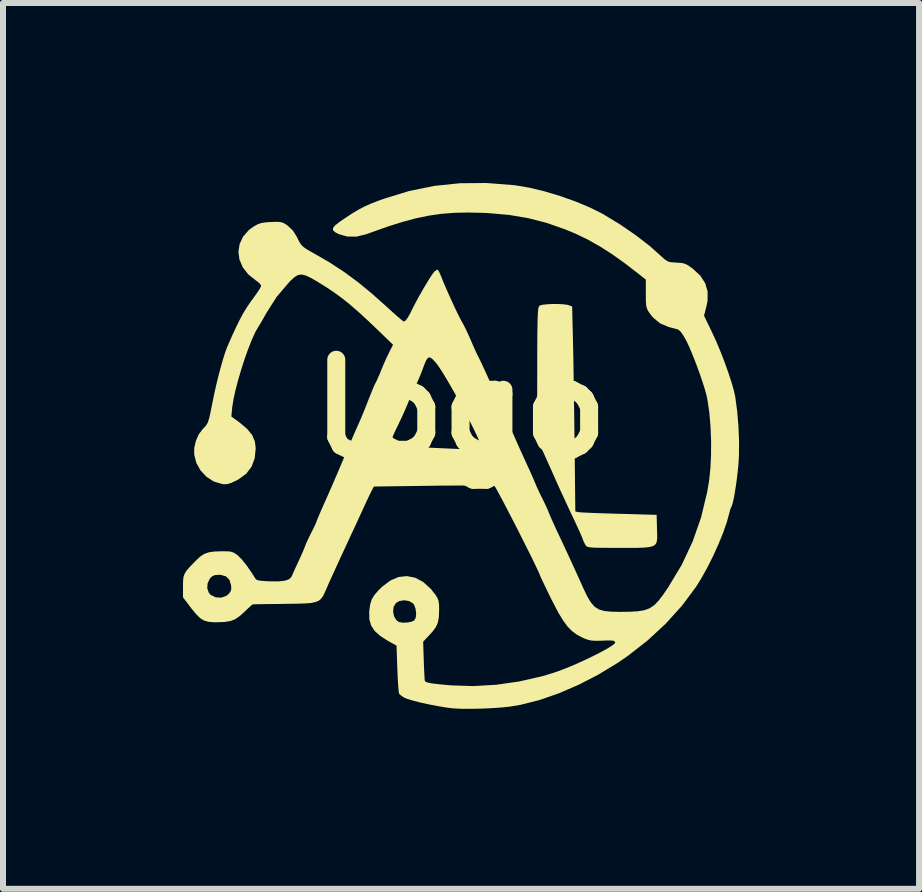
<source format=kicad_pcb>
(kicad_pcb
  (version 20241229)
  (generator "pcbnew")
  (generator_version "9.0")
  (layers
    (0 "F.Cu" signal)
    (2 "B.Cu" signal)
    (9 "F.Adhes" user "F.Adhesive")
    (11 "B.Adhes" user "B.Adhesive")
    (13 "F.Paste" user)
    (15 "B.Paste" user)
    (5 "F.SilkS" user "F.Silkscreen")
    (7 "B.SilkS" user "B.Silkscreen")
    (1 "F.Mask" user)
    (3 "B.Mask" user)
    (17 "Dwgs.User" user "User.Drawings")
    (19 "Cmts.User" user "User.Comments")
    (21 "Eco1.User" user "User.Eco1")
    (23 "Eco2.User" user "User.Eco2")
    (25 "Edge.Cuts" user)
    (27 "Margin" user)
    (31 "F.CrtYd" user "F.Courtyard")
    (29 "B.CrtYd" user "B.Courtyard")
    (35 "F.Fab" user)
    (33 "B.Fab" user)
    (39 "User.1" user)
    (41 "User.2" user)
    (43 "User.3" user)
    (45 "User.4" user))
  (footprint "logo"
    (layer "F.Cu")
    (at 4.626 3.768)
    (property "Reference" "logo" (at 0 0 0) (layer "F.SilkS") (effects (font (size 1.5 1.5) (thickness 0.3))))
    (attr board_only exclude_from_pos_files exclude_from_bom)
    (fp_poly (pts (xy 1.712 -1.747) (xy 1.782 -1.737) (xy 1.804 -1.731) (xy 1.86 -1.71) (xy 1.873 -1.164) (xy 1.876 -1.028) (xy 1.88 -0.856) (xy 1.883 -0.652) (xy 1.887 -0.426) (xy 1.89 -0.184) (xy 1.894 0.067) (xy 1.897 0.32) (xy 1.9 0.545) (xy 1.913 1.707) (xy 1.962 1.717) (xy 1.996 1.721) (xy 2.069 1.725) (xy 2.175 1.73) (xy 2.306 1.735) (xy 2.458 1.74) (xy 2.622 1.745) (xy 2.639 1.745) (xy 3.268 1.763) (xy 3.274 1.992) (xy 3.277 2.086) (xy 3.277 2.16) (xy 3.269 2.216) (xy 3.248 2.256) (xy 3.209 2.283) (xy 3.148 2.3) (xy 3.061 2.309) (xy 2.941 2.313) (xy 2.784 2.313) (xy 2.651 2.313) (xy 2.482 2.313) (xy 2.352 2.312) (xy 2.256 2.311) (xy 2.188 2.308) (xy 2.142 2.302) (xy 2.114 2.295) (xy 2.096 2.284) (xy 2.085 2.27) (xy 2.08 2.263) (xy 2.048 2.2) (xy 2.032 2.156) (xy 2.016 2.116) (xy 1.985 2.045) (xy 1.942 1.951) (xy 1.892 1.843) (xy 1.87 1.797) (xy 1.803 1.656) (xy 1.729 1.496) (xy 1.656 1.338) (xy 1.595 1.202) (xy 1.537 1.072) (xy 1.476 0.935) (xy 1.418 0.806) (xy 1.371 0.701) (xy 1.37 0.699) (xy 1.276 0.489) (xy 1.278 -0.603) (xy 1.278 -0.854) (xy 1.279 -1.064) (xy 1.28 -1.236) (xy 1.282 -1.375) (xy 1.284 -1.484) (xy 1.287 -1.567) (xy 1.291 -1.628) (xy 1.296 -1.67) (xy 1.302 -1.698) (xy 1.309 -1.714) (xy 1.318 -1.724) (xy 1.318 -1.724) (xy 1.359 -1.737) (xy 1.432 -1.746) (xy 1.524 -1.751) (xy 1.621 -1.751)) (stroke (width 0) (type solid)) (fill yes) (layer "F.SilkS"))
    (fp_poly (pts (xy 0.889 -3.732) (xy 0.921 -3.728) (xy 1.15 -3.689) (xy 1.4 -3.629) (xy 1.659 -3.551) (xy 1.913 -3.461) (xy 2.151 -3.362) (xy 2.359 -3.259) (xy 2.392 -3.24) (xy 2.664 -3.074) (xy 2.92 -2.898) (xy 3.152 -2.719) (xy 3.336 -2.555) (xy 3.399 -2.498) (xy 3.446 -2.465) (xy 3.495 -2.449) (xy 3.562 -2.443) (xy 3.597 -2.441) (xy 3.68 -2.436) (xy 3.74 -2.422) (xy 3.797 -2.393) (xy 3.868 -2.342) (xy 3.994 -2.226) (xy 4.077 -2.099) (xy 4.118 -1.96) (xy 4.117 -1.805) (xy 4.097 -1.708) (xy 4.058 -1.557) (xy 4.192 -1.278) (xy 4.262 -1.127) (xy 4.332 -0.959) (xy 4.4 -0.785) (xy 4.461 -0.613) (xy 4.514 -0.453) (xy 4.554 -0.315) (xy 4.578 -0.207) (xy 4.579 -0.202) (xy 4.611 0.039) (xy 4.632 0.292) (xy 4.642 0.542) (xy 4.64 0.776) (xy 4.631 0.927) (xy 4.616 1.073) (xy 4.598 1.217) (xy 4.578 1.351) (xy 4.558 1.467) (xy 4.539 1.557) (xy 4.521 1.615) (xy 4.514 1.628) (xy 4.498 1.664) (xy 4.482 1.722) (xy 4.48 1.729) (xy 4.44 1.879) (xy 4.379 2.054) (xy 4.301 2.247) (xy 4.211 2.446) (xy 4.113 2.641) (xy 4.012 2.823) (xy 3.924 2.964) (xy 3.691 3.277) (xy 3.419 3.577) (xy 3.114 3.86) (xy 2.781 4.119) (xy 2.622 4.228) (xy 2.3 4.424) (xy 1.969 4.595) (xy 1.637 4.738) (xy 1.311 4.851) (xy 0.997 4.93) (xy 0.82 4.959) (xy 0.68 4.974) (xy 0.516 4.985) (xy 0.34 4.993) (xy 0.167 4.996) (xy 0.008 4.995) (xy -0.122 4.988) (xy -0.146 4.986) (xy -0.259 4.971) (xy -0.39 4.949) (xy -0.528 4.922) (xy -0.662 4.893) (xy -0.782 4.862) (xy -0.877 4.834) (xy -0.928 4.815) (xy -0.984 4.781) (xy -1.021 4.747) (xy -1.025 4.741) (xy -1.031 4.707) (xy -1.037 4.637) (xy -1.044 4.538) (xy -1.05 4.42) (xy -1.054 4.324) (xy -1.067 3.943) (xy -1.202 3.868) (xy -1.336 3.783) (xy -1.431 3.699) (xy -1.491 3.607) (xy -1.52 3.503) (xy -1.522 3.379) (xy -1.124 3.379) (xy -1.107 3.458) (xy -1.065 3.523) (xy -1.026 3.549) (xy -0.966 3.56) (xy -0.89 3.558) (xy -0.816 3.544) (xy -0.77 3.522) (xy -0.747 3.477) (xy -0.74 3.408) (xy -0.749 3.332) (xy -0.772 3.266) (xy -0.79 3.241) (xy -0.854 3.201) (xy -0.937 3.187) (xy -1.019 3.199) (xy -1.078 3.234) (xy -1.116 3.299) (xy -1.124 3.379) (xy -1.522 3.379) (xy -1.522 3.377) (xy -1.52 3.355) (xy -1.506 3.255) (xy -1.481 3.175) (xy -1.439 3.103) (xy -1.373 3.026) (xy -1.308 2.962) (xy -1.172 2.859) (xy -1.034 2.799) (xy -0.894 2.784) (xy -0.756 2.811) (xy -0.624 2.881) (xy -0.498 2.994) (xy -0.417 3.097) (xy -0.384 3.15) (xy -0.366 3.202) (xy -0.358 3.268) (xy -0.357 3.352) (xy -0.362 3.471) (xy -0.379 3.562) (xy -0.414 3.638) (xy -0.473 3.716) (xy -0.515 3.762) (xy -0.623 3.877) (xy -0.613 4.19) (xy -0.609 4.305) (xy -0.604 4.405) (xy -0.6 4.481) (xy -0.596 4.523) (xy -0.595 4.528) (xy -0.584 4.543) (xy -0.554 4.556) (xy -0.503 4.568) (xy -0.423 4.579) (xy -0.309 4.591) (xy -0.159 4.605) (xy 0.21 4.617) (xy 0.594 4.595) (xy 0.983 4.539) (xy 1.364 4.452) (xy 1.573 4.388) (xy 1.689 4.346) (xy 1.819 4.295) (xy 1.955 4.236) (xy 2.091 4.174) (xy 2.222 4.11) (xy 2.341 4.049) (xy 2.443 3.994) (xy 2.52 3.946) (xy 2.567 3.91) (xy 2.578 3.891) (xy 2.57 3.872) (xy 2.548 3.861) (xy 2.503 3.857) (xy 2.428 3.857) (xy 2.365 3.86) (xy 2.261 3.862) (xy 2.187 3.859) (xy 2.127 3.847) (xy 2.064 3.824) (xy 2.029 3.808) (xy 1.939 3.76) (xy 1.859 3.701) (xy 1.785 3.626) (xy 1.712 3.528) (xy 1.635 3.402) (xy 1.55 3.241) (xy 1.507 3.156) (xy 1.449 3.038) (xy 1.399 2.934) (xy 1.36 2.851) (xy 1.334 2.796) (xy 1.325 2.775) (xy 1.315 2.747) (xy 1.287 2.685) (xy 1.244 2.595) (xy 1.189 2.481) (xy 1.124 2.351) (xy 1.052 2.208) (xy 0.977 2.058) (xy 0.9 1.908) (xy 0.825 1.762) (xy 0.754 1.626) (xy 0.691 1.505) (xy 0.637 1.406) (xy 0.597 1.332) (xy 0.572 1.291) (xy 0.566 1.284) (xy 0.536 1.28) (xy 0.466 1.277) (xy 0.361 1.275) (xy 0.225 1.274) (xy 0.063 1.274) (xy -0.12 1.275) (xy -0.319 1.276) (xy -0.459 1.278) (xy -1.445 1.291) (xy -1.492 1.381) (xy -1.528 1.455) (xy -1.57 1.544) (xy -1.593 1.595) (xy -1.618 1.649) (xy -1.658 1.736) (xy -1.711 1.851) (xy -1.773 1.985) (xy -1.841 2.131) (xy -1.899 2.257) (xy -1.971 2.412) (xy -2.042 2.565) (xy -2.106 2.706) (xy -2.162 2.828) (xy -2.205 2.924) (xy -2.226 2.974) (xy -2.261 3.053) (xy -2.291 3.116) (xy -2.325 3.162) (xy -2.366 3.196) (xy -2.422 3.218) (xy -2.498 3.233) (xy -2.6 3.24) (xy -2.734 3.244) (xy -2.906 3.246) (xy -2.935 3.247) (xy -3.083 3.249) (xy -3.215 3.25) (xy -3.325 3.252) (xy -3.407 3.253) (xy -3.453 3.254) (xy -3.462 3.254) (xy -3.484 3.27) (xy -3.528 3.309) (xy -3.586 3.364) (xy -3.59 3.368) (xy -3.68 3.45) (xy -3.758 3.503) (xy -3.836 3.533) (xy -3.928 3.548) (xy -3.964 3.55) (xy -4.095 3.554) (xy -4.195 3.547) (xy -4.274 3.526) (xy -4.342 3.483) (xy -4.411 3.414) (xy -4.492 3.315) (xy -4.516 3.283) (xy -4.626 3.137) (xy -4.626 2.985) (xy -4.222 2.985) (xy -4.196 3.061) (xy -4.163 3.098) (xy -4.08 3.138) (xy -3.988 3.143) (xy -3.904 3.113) (xy -3.87 3.086) (xy -3.833 3.04) (xy -3.821 2.993) (xy -3.825 2.935) (xy -3.853 2.845) (xy -3.908 2.789) (xy -3.995 2.764) (xy -4.032 2.762) (xy -4.103 2.769) (xy -4.15 2.794) (xy -4.176 2.822) (xy -4.215 2.901) (xy -4.222 2.985) (xy -4.626 2.985) (xy -4.626 2.953) (xy -4.625 2.868) (xy -4.619 2.803) (xy -4.601 2.749) (xy -4.569 2.695) (xy -4.515 2.633) (xy -4.436 2.551) (xy -4.41 2.525) (xy -4.34 2.459) (xy -4.274 2.415) (xy -4.202 2.389) (xy -4.111 2.375) (xy -3.989 2.37) (xy -3.96 2.37) (xy -3.873 2.371) (xy -3.814 2.38) (xy -3.768 2.399) (xy -3.719 2.435) (xy -3.713 2.439) (xy -3.645 2.507) (xy -3.564 2.608) (xy -3.477 2.734) (xy -3.422 2.822) (xy -3.404 2.842) (xy -3.372 2.855) (xy -3.316 2.863) (xy -3.229 2.869) (xy -3.175 2.871) (xy -3.037 2.872) (xy -2.937 2.862) (xy -2.869 2.842) (xy -2.826 2.807) (xy -2.807 2.773) (xy -2.788 2.727) (xy -2.755 2.654) (xy -2.714 2.566) (xy -2.698 2.531) (xy -2.657 2.442) (xy -2.622 2.362) (xy -2.598 2.304) (xy -2.594 2.291) (xy -2.576 2.245) (xy -2.543 2.173) (xy -2.502 2.088) (xy -2.49 2.064) (xy -2.45 1.985) (xy -2.42 1.922) (xy -2.404 1.885) (xy -2.403 1.88) (xy -2.394 1.856) (xy -2.37 1.798) (xy -2.335 1.715) (xy -2.29 1.612) (xy -2.265 1.557) (xy -2.205 1.421) (xy -2.147 1.289) (xy -2.088 1.152) (xy -2.023 1.001) (xy -1.95 0.828) (xy -1.864 0.624) (xy -1.848 0.586) (xy -1.17 0.586) (xy -1.162 0.61) (xy -1.138 0.612) (xy -1.076 0.616) (xy -0.983 0.621) (xy -0.866 0.627) (xy -0.73 0.634) (xy -0.584 0.641) (xy -0.434 0.647) (xy -0.287 0.654) (xy -0.149 0.66) (xy -0.028 0.665) (xy 0.07 0.668) (xy 0.137 0.67) (xy 0.139 0.67) (xy 0.243 0.669) (xy 0.315 0.662) (xy 0.349 0.65) (xy 0.349 0.649) (xy 0.346 0.618) (xy 0.323 0.555) (xy 0.282 0.463) (xy 0.228 0.35) (xy 0.163 0.219) (xy 0.089 0.078) (xy 0.011 -0.069) (xy -0.07 -0.217) (xy -0.151 -0.359) (xy -0.227 -0.491) (xy -0.297 -0.606) (xy -0.357 -0.699) (xy -0.405 -0.765) (xy -0.418 -0.78) (xy -0.471 -0.836) (xy -0.511 -0.862) (xy -0.544 -0.854) (xy -0.574 -0.811) (xy -0.608 -0.729) (xy -0.628 -0.674) (xy -0.667 -0.573) (xy -0.713 -0.465) (xy -0.744 -0.399) (xy -0.785 -0.313) (xy -0.832 -0.207) (xy -0.875 -0.103) (xy -0.878 -0.096) (xy -0.919 0.002) (xy -0.973 0.122) (xy -1.03 0.243) (xy -1.058 0.3) (xy -1.119 0.43) (xy -1.156 0.526) (xy -1.17 0.586) (xy -1.848 0.586) (xy -1.842 0.573) (xy -1.797 0.467) (xy -1.751 0.361) (xy -1.711 0.272) (xy -1.7 0.247) (xy -1.669 0.176) (xy -1.627 0.077) (xy -1.581 -0.037) (xy -1.539 -0.145) (xy -1.498 -0.248) (xy -1.462 -0.337) (xy -1.434 -0.402) (xy -1.417 -0.436) (xy -1.416 -0.437) (xy -1.4 -0.468) (xy -1.372 -0.529) (xy -1.338 -0.609) (xy -1.326 -0.64) (xy -1.283 -0.743) (xy -1.236 -0.85) (xy -1.194 -0.937) (xy -1.19 -0.946) (xy -1.125 -1.072) (xy -1.343 -1.283) (xy -1.525 -1.457) (xy -1.683 -1.603) (xy -1.825 -1.727) (xy -1.957 -1.834) (xy -2.087 -1.93) (xy -2.221 -2.021) (xy -2.366 -2.111) (xy -2.378 -2.119) (xy -2.494 -2.186) (xy -2.582 -2.227) (xy -2.651 -2.243) (xy -2.71 -2.234) (xy -2.769 -2.198) (xy -2.836 -2.137) (xy -2.855 -2.117) (xy -3.065 -1.87) (xy -3.241 -1.593) (xy -3.249 -1.579) (xy -3.295 -1.496) (xy -3.339 -1.421) (xy -3.371 -1.368) (xy -3.373 -1.366) (xy -3.423 -1.279) (xy -3.478 -1.157) (xy -3.537 -1.008) (xy -3.597 -0.841) (xy -3.654 -0.664) (xy -3.706 -0.487) (xy -3.751 -0.317) (xy -3.784 -0.164) (xy -3.805 -0.035) (xy -3.807 -0.013) (xy -3.82 0.124) (xy -3.682 0.225) (xy -3.558 0.329) (xy -3.474 0.432) (xy -3.428 0.54) (xy -3.414 0.652) (xy -3.431 0.821) (xy -3.484 0.962) (xy -3.573 1.078) (xy -3.7 1.171) (xy -3.739 1.192) (xy -3.824 1.231) (xy -3.887 1.25) (xy -3.943 1.253) (xy -3.977 1.249) (xy -4.115 1.206) (xy -4.235 1.128) (xy -4.334 1.022) (xy -4.404 0.897) (xy -4.439 0.76) (xy -4.439 0.65) (xy -4.411 0.529) (xy -4.361 0.417) (xy -4.295 0.331) (xy -4.29 0.326) (xy -4.244 0.277) (xy -4.212 0.223) (xy -4.188 0.147) (xy -4.174 0.085) (xy -4.158 0.006) (xy -4.137 -0.097) (xy -4.115 -0.206) (xy -4.109 -0.236) (xy -4.077 -0.381) (xy -4.04 -0.534) (xy -4 -0.685) (xy -3.961 -0.824) (xy -3.924 -0.941) (xy -3.894 -1.025) (xy -3.89 -1.033) (xy -3.808 -1.221) (xy -3.737 -1.374) (xy -3.674 -1.501) (xy -3.616 -1.608) (xy -3.557 -1.703) (xy -3.495 -1.794) (xy -3.455 -1.847) (xy -3.399 -1.926) (xy -3.354 -1.993) (xy -3.328 -2.04) (xy -3.324 -2.055) (xy -3.341 -2.086) (xy -3.386 -2.126) (xy -3.41 -2.143) (xy -3.538 -2.245) (xy -3.63 -2.363) (xy -3.685 -2.491) (xy -3.702 -2.623) (xy -3.682 -2.753) (xy -3.624 -2.875) (xy -3.529 -2.984) (xy -3.448 -3.043) (xy -3.383 -3.079) (xy -3.322 -3.101) (xy -3.248 -3.112) (xy -3.157 -3.118) (xy -3.065 -3.121) (xy -3.003 -3.117) (xy -2.958 -3.105) (xy -2.913 -3.079) (xy -2.879 -3.055) (xy -2.794 -2.975) (xy -2.725 -2.865) (xy -2.717 -2.847) (xy -2.686 -2.784) (xy -2.656 -2.739) (xy -2.619 -2.702) (xy -2.565 -2.664) (xy -2.484 -2.617) (xy -2.44 -2.593) (xy -2.184 -2.445) (xy -1.944 -2.288) (xy -1.71 -2.116) (xy -1.473 -1.921) (xy -1.221 -1.696) (xy -1.132 -1.615) (xy -1.054 -1.546) (xy -0.993 -1.494) (xy -0.955 -1.464) (xy -0.946 -1.46) (xy -0.917 -1.474) (xy -0.881 -1.521) (xy -0.835 -1.603) (xy -0.807 -1.662) (xy -0.763 -1.748) (xy -0.708 -1.851) (xy -0.645 -1.962) (xy -0.582 -2.07) (xy -0.523 -2.166) (xy -0.474 -2.242) (xy -0.442 -2.284) (xy -0.405 -2.316) (xy -0.38 -2.323) (xy -0.363 -2.298) (xy -0.337 -2.243) (xy -0.317 -2.195) (xy -0.28 -2.102) (xy -0.231 -1.989) (xy -0.176 -1.866) (xy -0.119 -1.741) (xy -0.065 -1.626) (xy -0.017 -1.529) (xy 0.019 -1.46) (xy 0.028 -1.445) (xy 0.061 -1.385) (xy 0.103 -1.299) (xy 0.148 -1.2) (xy 0.167 -1.157) (xy 0.209 -1.059) (xy 0.25 -0.968) (xy 0.283 -0.897) (xy 0.294 -0.876) (xy 0.326 -0.813) (xy 0.371 -0.717) (xy 0.426 -0.597) (xy 0.488 -0.461) (xy 0.552 -0.316) (xy 0.614 -0.172) (xy 0.672 -0.037) (xy 0.711 0.056) (xy 0.752 0.155) (xy 0.789 0.239) (xy 0.817 0.299) (xy 0.832 0.327) (xy 0.849 0.357) (xy 0.878 0.417) (xy 0.914 0.497) (xy 0.928 0.529) (xy 0.975 0.635) (xy 1.031 0.759) (xy 1.086 0.879) (xy 1.1 0.91) (xy 1.147 1.011) (xy 1.191 1.11) (xy 1.226 1.191) (xy 1.237 1.218) (xy 1.269 1.293) (xy 1.312 1.387) (xy 1.358 1.481) (xy 1.359 1.482) (xy 1.405 1.576) (xy 1.449 1.672) (xy 1.481 1.749) (xy 1.481 1.75) (xy 1.509 1.816) (xy 1.551 1.909) (xy 1.599 2.015) (xy 1.635 2.092) (xy 1.691 2.21) (xy 1.751 2.339) (xy 1.819 2.485) (xy 1.897 2.655) (xy 1.988 2.856) (xy 2.042 2.976) (xy 2.109 3.117) (xy 2.17 3.22) (xy 2.233 3.293) (xy 2.306 3.34) (xy 2.398 3.366) (xy 2.517 3.377) (xy 2.65 3.38) (xy 2.822 3.378) (xy 2.958 3.37) (xy 3.066 3.352) (xy 3.153 3.319) (xy 3.229 3.268) (xy 3.301 3.193) (xy 3.379 3.091) (xy 3.462 2.969) (xy 3.687 2.595) (xy 3.868 2.208) (xy 4.009 1.806) (xy 4.11 1.385) (xy 4.143 1.192) (xy 4.164 0.991) (xy 4.175 0.765) (xy 4.176 0.527) (xy 4.166 0.29) (xy 4.147 0.065) (xy 4.118 -0.135) (xy 4.098 -0.236) (xy 4.07 -0.336) (xy 4.029 -0.465) (xy 3.979 -0.609) (xy 3.924 -0.759) (xy 3.868 -0.901) (xy 3.817 -1.024) (xy 3.774 -1.117) (xy 3.771 -1.123) (xy 3.716 -1.222) (xy 3.672 -1.286) (xy 3.635 -1.32) (xy 3.616 -1.329) (xy 3.557 -1.345) (xy 3.483 -1.364) (xy 3.468 -1.368) (xy 3.328 -1.427) (xy 3.209 -1.525) (xy 3.156 -1.591) (xy 3.125 -1.637) (xy 3.106 -1.678) (xy 3.094 -1.726) (xy 3.089 -1.791) (xy 3.088 -1.886) (xy 3.088 -1.923) (xy 3.088 -2.157) (xy 2.987 -2.238) (xy 2.746 -2.424) (xy 2.527 -2.581) (xy 2.32 -2.713) (xy 2.119 -2.826) (xy 1.915 -2.924) (xy 1.746 -2.994) (xy 1.436 -3.103) (xy 1.128 -3.182) (xy 0.808 -3.236) (xy 0.464 -3.266) (xy 0.359 -3.271) (xy 0.115 -3.276) (xy -0.109 -3.271) (xy -0.321 -3.254) (xy -0.529 -3.224) (xy -0.743 -3.18) (xy -0.969 -3.119) (xy -1.216 -3.041) (xy -1.492 -2.943) (xy -1.572 -2.914) (xy -1.734 -2.874) (xy -1.891 -2.876) (xy -2.027 -2.915) (xy -2.091 -2.948) (xy -2.125 -2.98) (xy -2.126 -3.016) (xy -2.093 -3.059) (xy -2.023 -3.115) (xy -1.926 -3.182) (xy -1.801 -3.264) (xy -1.695 -3.327) (xy -1.595 -3.379) (xy -1.487 -3.427) (xy -1.357 -3.477) (xy -1.269 -3.508) (xy -0.855 -3.635) (xy -0.436 -3.72) (xy -0.009 -3.764) (xy 0.432 -3.768)) (stroke (width 0) (type solid)) (fill yes) (layer "F.SilkS")))
  (gr_rect
    (start -3 -3)
    (end 12.268 11.764)
    (stroke (width 0.1) (type default))
    (fill no)
    (layer "Edge.Cuts")))
</source>
